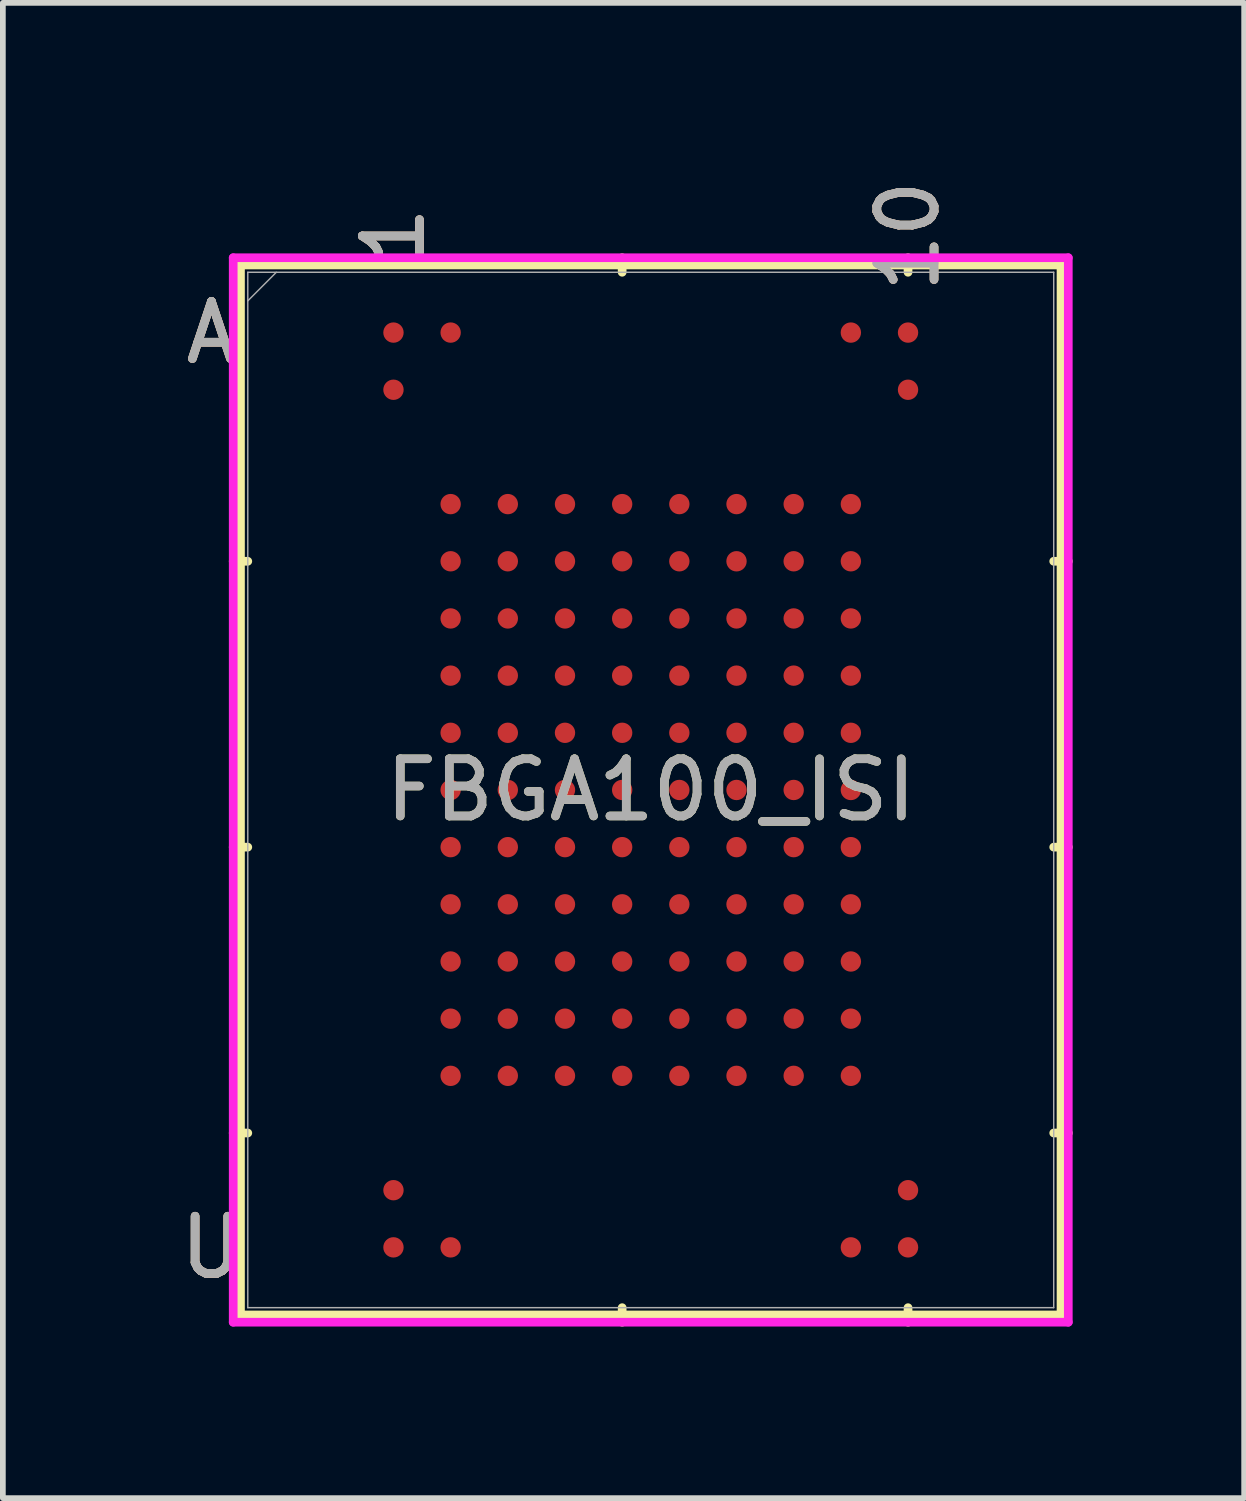
<source format=kicad_pcb>
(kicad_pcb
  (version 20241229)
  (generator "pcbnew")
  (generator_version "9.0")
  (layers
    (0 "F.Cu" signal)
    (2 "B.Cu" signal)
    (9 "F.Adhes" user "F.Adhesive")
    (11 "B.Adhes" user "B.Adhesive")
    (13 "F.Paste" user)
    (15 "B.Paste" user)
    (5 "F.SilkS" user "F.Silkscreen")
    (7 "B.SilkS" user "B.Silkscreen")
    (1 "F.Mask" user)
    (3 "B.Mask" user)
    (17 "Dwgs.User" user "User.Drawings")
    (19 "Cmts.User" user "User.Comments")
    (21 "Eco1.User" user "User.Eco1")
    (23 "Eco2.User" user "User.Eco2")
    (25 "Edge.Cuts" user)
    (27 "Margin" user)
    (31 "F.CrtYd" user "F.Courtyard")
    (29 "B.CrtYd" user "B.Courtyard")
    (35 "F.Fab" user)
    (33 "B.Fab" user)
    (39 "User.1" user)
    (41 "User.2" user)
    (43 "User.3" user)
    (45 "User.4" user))
  (footprint "FBGA100_ISI"
    (layer "F.Cu")
    (at 8.332 10.767)
    (property "Reference" "FBGA100_ISI" (at 0 0 0) (unlocked yes) (layer "F.SilkS") (effects (font (size 1 1) (thickness 0.15))))
    (attr smd)
    (fp_line (start -7.176 -9.182) (end -7.176 9.182) (stroke (width 0.152) (type solid)) (layer "F.SilkS"))
    (fp_line (start -7.176 9.182) (end 7.176 9.182) (stroke (width 0.152) (type solid)) (layer "F.SilkS"))
    (fp_line (start -7.048 -4) (end -7.303 -4) (stroke (width 0.152) (type solid)) (layer "F.SilkS"))
    (fp_line (start -7.048 1) (end -7.303 1) (stroke (width 0.152) (type solid)) (layer "F.SilkS"))
    (fp_line (start -7.048 6) (end -7.303 6) (stroke (width 0.152) (type solid)) (layer "F.SilkS"))
    (fp_line (start -0.5 -9.055) (end -0.5 -9.309) (stroke (width 0.152) (type solid)) (layer "F.SilkS"))
    (fp_line (start -0.5 9.055) (end -0.5 9.309) (stroke (width 0.152) (type solid)) (layer "F.SilkS"))
    (fp_line (start 4.5 -9.055) (end 4.5 -9.309) (stroke (width 0.152) (type solid)) (layer "F.SilkS"))
    (fp_line (start 4.5 9.055) (end 4.5 9.309) (stroke (width 0.152) (type solid)) (layer "F.SilkS"))
    (fp_line (start 7.048 -4) (end 7.303 -4) (stroke (width 0.152) (type solid)) (layer "F.SilkS"))
    (fp_line (start 7.048 1) (end 7.303 1) (stroke (width 0.152) (type solid)) (layer "F.SilkS"))
    (fp_line (start 7.048 6) (end 7.303 6) (stroke (width 0.152) (type solid)) (layer "F.SilkS"))
    (fp_line (start 7.176 -9.182) (end -7.176 -9.182) (stroke (width 0.152) (type solid)) (layer "F.SilkS"))
    (fp_line (start 7.176 9.182) (end 7.176 -9.182) (stroke (width 0.152) (type solid)) (layer "F.SilkS"))
    (fp_line (start -7.303 -9.309) (end 7.303 -9.309) (stroke (width 0.152) (type solid)) (layer "F.CrtYd"))
    (fp_line (start -7.303 9.309) (end -7.303 -9.309) (stroke (width 0.152) (type solid)) (layer "F.CrtYd"))
    (fp_line (start 7.303 -9.309) (end 7.303 9.309) (stroke (width 0.152) (type solid)) (layer "F.CrtYd"))
    (fp_line (start 7.303 9.309) (end -7.303 9.309) (stroke (width 0.152) (type solid)) (layer "F.CrtYd"))
    (fp_line (start -7.048 -9.055) (end -7.048 9.055) (stroke (width 0.025) (type solid)) (layer "F.Fab"))
    (fp_line (start -7.048 9.055) (end 7.048 9.055) (stroke (width 0.025) (type solid)) (layer "F.Fab"))
    (fp_line (start -6.549 -9.055) (end -7.048 -8.555) (stroke (width 0.025) (type solid)) (layer "F.Fab"))
    (fp_line (start 7.048 -9.055) (end -7.048 -9.055) (stroke (width 0.025) (type solid)) (layer "F.Fab"))
    (fp_line (start 7.048 9.055) (end 7.048 -9.055) (stroke (width 0.025) (type solid)) (layer "F.Fab"))
    (fp_text user "U" (at -7.684 8 0) (unlocked yes) (layer "F.SilkS") (effects (font (size 1 1) (thickness 0.15))))
    (fp_text user "1" (at -4.5 -9.69 90) (unlocked yes) (layer "F.SilkS") (effects (font (size 1 1) (thickness 0.15))))
    (fp_text user "A" (at -7.684 -8 0) (unlocked yes) (layer "F.SilkS") (effects (font (size 1 1) (thickness 0.15))))
    (fp_text user "10" (at 4.5 -9.69 90) (unlocked yes) (layer "F.SilkS") (effects (font (size 1 1) (thickness 0.15))))
    (fp_text user "U" (at -7.684 8 0) (unlocked yes) (layer "B.SilkS") (effects (font (size 1 1) (thickness 0.15))))
    (fp_text user "10" (at 4.5 -9.69 90) (unlocked yes) (layer "B.SilkS") (effects (font (size 1 1) (thickness 0.15))))
    (fp_text user "A" (at -7.684 -8 0) (unlocked yes) (layer "B.SilkS") (effects (font (size 1 1) (thickness 0.15))))
    (fp_text user "1" (at -4.5 -9.69 90) (unlocked yes) (layer "B.SilkS") (effects (font (size 1 1) (thickness 0.15))))
    (fp_text user "${REFERENCE}" (at 0 0 0) (unlocked yes) (layer "F.Fab") (effects (font (size 1 1) (thickness 0.15))))
    (fp_text user "10" (at 4.5 -9.69 90) (unlocked yes) (layer "F.Fab") (effects (font (size 1 1) (thickness 0.15))))
    (fp_text user "A" (at -7.684 -8 0) (unlocked yes) (layer "F.Fab") (effects (font (size 1 1) (thickness 0.15))))
    (fp_text user "1" (at -4.5 -9.69 90) (unlocked yes) (layer "F.Fab") (effects (font (size 1 1) (thickness 0.15))))
    (fp_text user "U" (at -7.684 8 0) (unlocked yes) (layer "F.Fab") (effects (font (size 1 1) (thickness 0.15))))
    (pad "A1" smd circle (at -4.5 -8) (size 0.356 0.356) (layers "F.Cu" "F.Mask" "F.Paste"))
    (pad "A2" smd circle (at -3.5 -8) (size 0.356 0.356) (layers "F.Cu" "F.Mask" "F.Paste"))
    (pad "A9" smd circle (at 3.5 -8) (size 0.356 0.356) (layers "F.Cu" "F.Mask" "F.Paste"))
    (pad "A10" smd circle (at 4.5 -8) (size 0.356 0.356) (layers "F.Cu" "F.Mask" "F.Paste"))
    (pad "B1" smd circle (at -4.5 -7) (size 0.356 0.356) (layers "F.Cu" "F.Mask" "F.Paste"))
    (pad "B10" smd circle (at 4.5 -7) (size 0.356 0.356) (layers "F.Cu" "F.Mask" "F.Paste"))
    (pad "D2" smd circle (at -3.5 -5) (size 0.356 0.356) (layers "F.Cu" "F.Mask" "F.Paste"))
    (pad "D3" smd circle (at -2.5 -5) (size 0.356 0.356) (layers "F.Cu" "F.Mask" "F.Paste"))
    (pad "D4" smd circle (at -1.5 -5) (size 0.356 0.356) (layers "F.Cu" "F.Mask" "F.Paste"))
    (pad "D5" smd circle (at -0.5 -5) (size 0.356 0.356) (layers "F.Cu" "F.Mask" "F.Paste"))
    (pad "D6" smd circle (at 0.5 -5) (size 0.356 0.356) (layers "F.Cu" "F.Mask" "F.Paste"))
    (pad "D7" smd circle (at 1.5 -5) (size 0.356 0.356) (layers "F.Cu" "F.Mask" "F.Paste"))
    (pad "D8" smd circle (at 2.5 -5) (size 0.356 0.356) (layers "F.Cu" "F.Mask" "F.Paste"))
    (pad "D9" smd circle (at 3.5 -5) (size 0.356 0.356) (layers "F.Cu" "F.Mask" "F.Paste"))
    (pad "E2" smd circle (at -3.5 -4) (size 0.356 0.356) (layers "F.Cu" "F.Mask" "F.Paste"))
    (pad "E3" smd circle (at -2.5 -4) (size 0.356 0.356) (layers "F.Cu" "F.Mask" "F.Paste"))
    (pad "E4" smd circle (at -1.5 -4) (size 0.356 0.356) (layers "F.Cu" "F.Mask" "F.Paste"))
    (pad "E5" smd circle (at -0.5 -4) (size 0.356 0.356) (layers "F.Cu" "F.Mask" "F.Paste"))
    (pad "E6" smd circle (at 0.5 -4) (size 0.356 0.356) (layers "F.Cu" "F.Mask" "F.Paste"))
    (pad "E7" smd circle (at 1.5 -4) (size 0.356 0.356) (layers "F.Cu" "F.Mask" "F.Paste"))
    (pad "E8" smd circle (at 2.5 -4) (size 0.356 0.356) (layers "F.Cu" "F.Mask" "F.Paste"))
    (pad "E9" smd circle (at 3.5 -4) (size 0.356 0.356) (layers "F.Cu" "F.Mask" "F.Paste"))
    (pad "F2" smd circle (at -3.5 -3) (size 0.356 0.356) (layers "F.Cu" "F.Mask" "F.Paste"))
    (pad "F3" smd circle (at -2.5 -3) (size 0.356 0.356) (layers "F.Cu" "F.Mask" "F.Paste"))
    (pad "F4" smd circle (at -1.5 -3) (size 0.356 0.356) (layers "F.Cu" "F.Mask" "F.Paste"))
    (pad "F5" smd circle (at -0.5 -3) (size 0.356 0.356) (layers "F.Cu" "F.Mask" "F.Paste"))
    (pad "F6" smd circle (at 0.5 -3) (size 0.356 0.356) (layers "F.Cu" "F.Mask" "F.Paste"))
    (pad "F7" smd circle (at 1.5 -3) (size 0.356 0.356) (layers "F.Cu" "F.Mask" "F.Paste"))
    (pad "F8" smd circle (at 2.5 -3) (size 0.356 0.356) (layers "F.Cu" "F.Mask" "F.Paste"))
    (pad "F9" smd circle (at 3.5 -3) (size 0.356 0.356) (layers "F.Cu" "F.Mask" "F.Paste"))
    (pad "G2" smd circle (at -3.5 -2) (size 0.356 0.356) (layers "F.Cu" "F.Mask" "F.Paste"))
    (pad "G3" smd circle (at -2.5 -2) (size 0.356 0.356) (layers "F.Cu" "F.Mask" "F.Paste"))
    (pad "G4" smd circle (at -1.5 -2) (size 0.356 0.356) (layers "F.Cu" "F.Mask" "F.Paste"))
    (pad "G5" smd circle (at -0.5 -2) (size 0.356 0.356) (layers "F.Cu" "F.Mask" "F.Paste"))
    (pad "G6" smd circle (at 0.5 -2) (size 0.356 0.356) (layers "F.Cu" "F.Mask" "F.Paste"))
    (pad "G7" smd circle (at 1.5 -2) (size 0.356 0.356) (layers "F.Cu" "F.Mask" "F.Paste"))
    (pad "G8" smd circle (at 2.5 -2) (size 0.356 0.356) (layers "F.Cu" "F.Mask" "F.Paste"))
    (pad "G9" smd circle (at 3.5 -2) (size 0.356 0.356) (layers "F.Cu" "F.Mask" "F.Paste"))
    (pad "H2" smd circle (at -3.5 -1) (size 0.356 0.356) (layers "F.Cu" "F.Mask" "F.Paste"))
    (pad "H3" smd circle (at -2.5 -1) (size 0.356 0.356) (layers "F.Cu" "F.Mask" "F.Paste"))
    (pad "H4" smd circle (at -1.5 -1) (size 0.356 0.356) (layers "F.Cu" "F.Mask" "F.Paste"))
    (pad "H5" smd circle (at -0.5 -1) (size 0.356 0.356) (layers "F.Cu" "F.Mask" "F.Paste"))
    (pad "H6" smd circle (at 0.5 -1) (size 0.356 0.356) (layers "F.Cu" "F.Mask" "F.Paste"))
    (pad "H7" smd circle (at 1.5 -1) (size 0.356 0.356) (layers "F.Cu" "F.Mask" "F.Paste"))
    (pad "H8" smd circle (at 2.5 -1) (size 0.356 0.356) (layers "F.Cu" "F.Mask" "F.Paste"))
    (pad "H9" smd circle (at 3.5 -1) (size 0.356 0.356) (layers "F.Cu" "F.Mask" "F.Paste"))
    (pad "J2" smd circle (at -3.5 0) (size 0.356 0.356) (layers "F.Cu" "F.Mask" "F.Paste"))
    (pad "J3" smd circle (at -2.5 0) (size 0.356 0.356) (layers "F.Cu" "F.Mask" "F.Paste"))
    (pad "J4" smd circle (at -1.5 0) (size 0.356 0.356) (layers "F.Cu" "F.Mask" "F.Paste"))
    (pad "J5" smd circle (at -0.5 0) (size 0.356 0.356) (layers "F.Cu" "F.Mask" "F.Paste"))
    (pad "J6" smd circle (at 0.5 0) (size 0.356 0.356) (layers "F.Cu" "F.Mask" "F.Paste"))
    (pad "J7" smd circle (at 1.5 0) (size 0.356 0.356) (layers "F.Cu" "F.Mask" "F.Paste"))
    (pad "J8" smd circle (at 2.5 0) (size 0.356 0.356) (layers "F.Cu" "F.Mask" "F.Paste"))
    (pad "J9" smd circle (at 3.5 0) (size 0.356 0.356) (layers "F.Cu" "F.Mask" "F.Paste"))
    (pad "K2" smd circle (at -3.5 1) (size 0.356 0.356) (layers "F.Cu" "F.Mask" "F.Paste"))
    (pad "K3" smd circle (at -2.5 1) (size 0.356 0.356) (layers "F.Cu" "F.Mask" "F.Paste"))
    (pad "K4" smd circle (at -1.5 1) (size 0.356 0.356) (layers "F.Cu" "F.Mask" "F.Paste"))
    (pad "K5" smd circle (at -0.5 1) (size 0.356 0.356) (layers "F.Cu" "F.Mask" "F.Paste"))
    (pad "K6" smd circle (at 0.5 1) (size 0.356 0.356) (layers "F.Cu" "F.Mask" "F.Paste"))
    (pad "K7" smd circle (at 1.5 1) (size 0.356 0.356) (layers "F.Cu" "F.Mask" "F.Paste"))
    (pad "K8" smd circle (at 2.5 1) (size 0.356 0.356) (layers "F.Cu" "F.Mask" "F.Paste"))
    (pad "K9" smd circle (at 3.5 1) (size 0.356 0.356) (layers "F.Cu" "F.Mask" "F.Paste"))
    (pad "L2" smd circle (at -3.5 2) (size 0.356 0.356) (layers "F.Cu" "F.Mask" "F.Paste"))
    (pad "L3" smd circle (at -2.5 2) (size 0.356 0.356) (layers "F.Cu" "F.Mask" "F.Paste"))
    (pad "L4" smd circle (at -1.5 2) (size 0.356 0.356) (layers "F.Cu" "F.Mask" "F.Paste"))
    (pad "L5" smd circle (at -0.5 2) (size 0.356 0.356) (layers "F.Cu" "F.Mask" "F.Paste"))
    (pad "L6" smd circle (at 0.5 2) (size 0.356 0.356) (layers "F.Cu" "F.Mask" "F.Paste"))
    (pad "L7" smd circle (at 1.5 2) (size 0.356 0.356) (layers "F.Cu" "F.Mask" "F.Paste"))
    (pad "L8" smd circle (at 2.5 2) (size 0.356 0.356) (layers "F.Cu" "F.Mask" "F.Paste"))
    (pad "L9" smd circle (at 3.5 2) (size 0.356 0.356) (layers "F.Cu" "F.Mask" "F.Paste"))
    (pad "M2" smd circle (at -3.5 3) (size 0.356 0.356) (layers "F.Cu" "F.Mask" "F.Paste"))
    (pad "M3" smd circle (at -2.5 3) (size 0.356 0.356) (layers "F.Cu" "F.Mask" "F.Paste"))
    (pad "M4" smd circle (at -1.5 3) (size 0.356 0.356) (layers "F.Cu" "F.Mask" "F.Paste"))
    (pad "M5" smd circle (at -0.5 3) (size 0.356 0.356) (layers "F.Cu" "F.Mask" "F.Paste"))
    (pad "M6" smd circle (at 0.5 3) (size 0.356 0.356) (layers "F.Cu" "F.Mask" "F.Paste"))
    (pad "M7" smd circle (at 1.5 3) (size 0.356 0.356) (layers "F.Cu" "F.Mask" "F.Paste"))
    (pad "M8" smd circle (at 2.5 3) (size 0.356 0.356) (layers "F.Cu" "F.Mask" "F.Paste"))
    (pad "M9" smd circle (at 3.5 3) (size 0.356 0.356) (layers "F.Cu" "F.Mask" "F.Paste"))
    (pad "N2" smd circle (at -3.5 4) (size 0.356 0.356) (layers "F.Cu" "F.Mask" "F.Paste"))
    (pad "N3" smd circle (at -2.5 4) (size 0.356 0.356) (layers "F.Cu" "F.Mask" "F.Paste"))
    (pad "N4" smd circle (at -1.5 4) (size 0.356 0.356) (layers "F.Cu" "F.Mask" "F.Paste"))
    (pad "N5" smd circle (at -0.5 4) (size 0.356 0.356) (layers "F.Cu" "F.Mask" "F.Paste"))
    (pad "N6" smd circle (at 0.5 4) (size 0.356 0.356) (layers "F.Cu" "F.Mask" "F.Paste"))
    (pad "N7" smd circle (at 1.5 4) (size 0.356 0.356) (layers "F.Cu" "F.Mask" "F.Paste"))
    (pad "N8" smd circle (at 2.5 4) (size 0.356 0.356) (layers "F.Cu" "F.Mask" "F.Paste"))
    (pad "N9" smd circle (at 3.5 4) (size 0.356 0.356) (layers "F.Cu" "F.Mask" "F.Paste"))
    (pad "P2" smd circle (at -3.5 5) (size 0.356 0.356) (layers "F.Cu" "F.Mask" "F.Paste"))
    (pad "P3" smd circle (at -2.5 5) (size 0.356 0.356) (layers "F.Cu" "F.Mask" "F.Paste"))
    (pad "P4" smd circle (at -1.5 5) (size 0.356 0.356) (layers "F.Cu" "F.Mask" "F.Paste"))
    (pad "P5" smd circle (at -0.5 5) (size 0.356 0.356) (layers "F.Cu" "F.Mask" "F.Paste"))
    (pad "P6" smd circle (at 0.5 5) (size 0.356 0.356) (layers "F.Cu" "F.Mask" "F.Paste"))
    (pad "P7" smd circle (at 1.5 5) (size 0.356 0.356) (layers "F.Cu" "F.Mask" "F.Paste"))
    (pad "P8" smd circle (at 2.5 5) (size 0.356 0.356) (layers "F.Cu" "F.Mask" "F.Paste"))
    (pad "P9" smd circle (at 3.5 5) (size 0.356 0.356) (layers "F.Cu" "F.Mask" "F.Paste"))
    (pad "T1" smd circle (at -4.5 7) (size 0.356 0.356) (layers "F.Cu" "F.Mask" "F.Paste"))
    (pad "T10" smd circle (at 4.5 7) (size 0.356 0.356) (layers "F.Cu" "F.Mask" "F.Paste"))
    (pad "U1" smd circle (at -4.5 8) (size 0.356 0.356) (layers "F.Cu" "F.Mask" "F.Paste"))
    (pad "U2" smd circle (at -3.5 8) (size 0.356 0.356) (layers "F.Cu" "F.Mask" "F.Paste"))
    (pad "U9" smd circle (at 3.5 8) (size 0.356 0.356) (layers "F.Cu" "F.Mask" "F.Paste"))
    (pad "U10" smd circle (at 4.5 8) (size 0.356 0.356) (layers "F.Cu" "F.Mask" "F.Paste")))
  (gr_rect
    (start -3 -3)
    (end 18.711 23.153)
    (stroke (width 0.1) (type default))
    (fill no)
    (layer "Edge.Cuts")))
</source>
